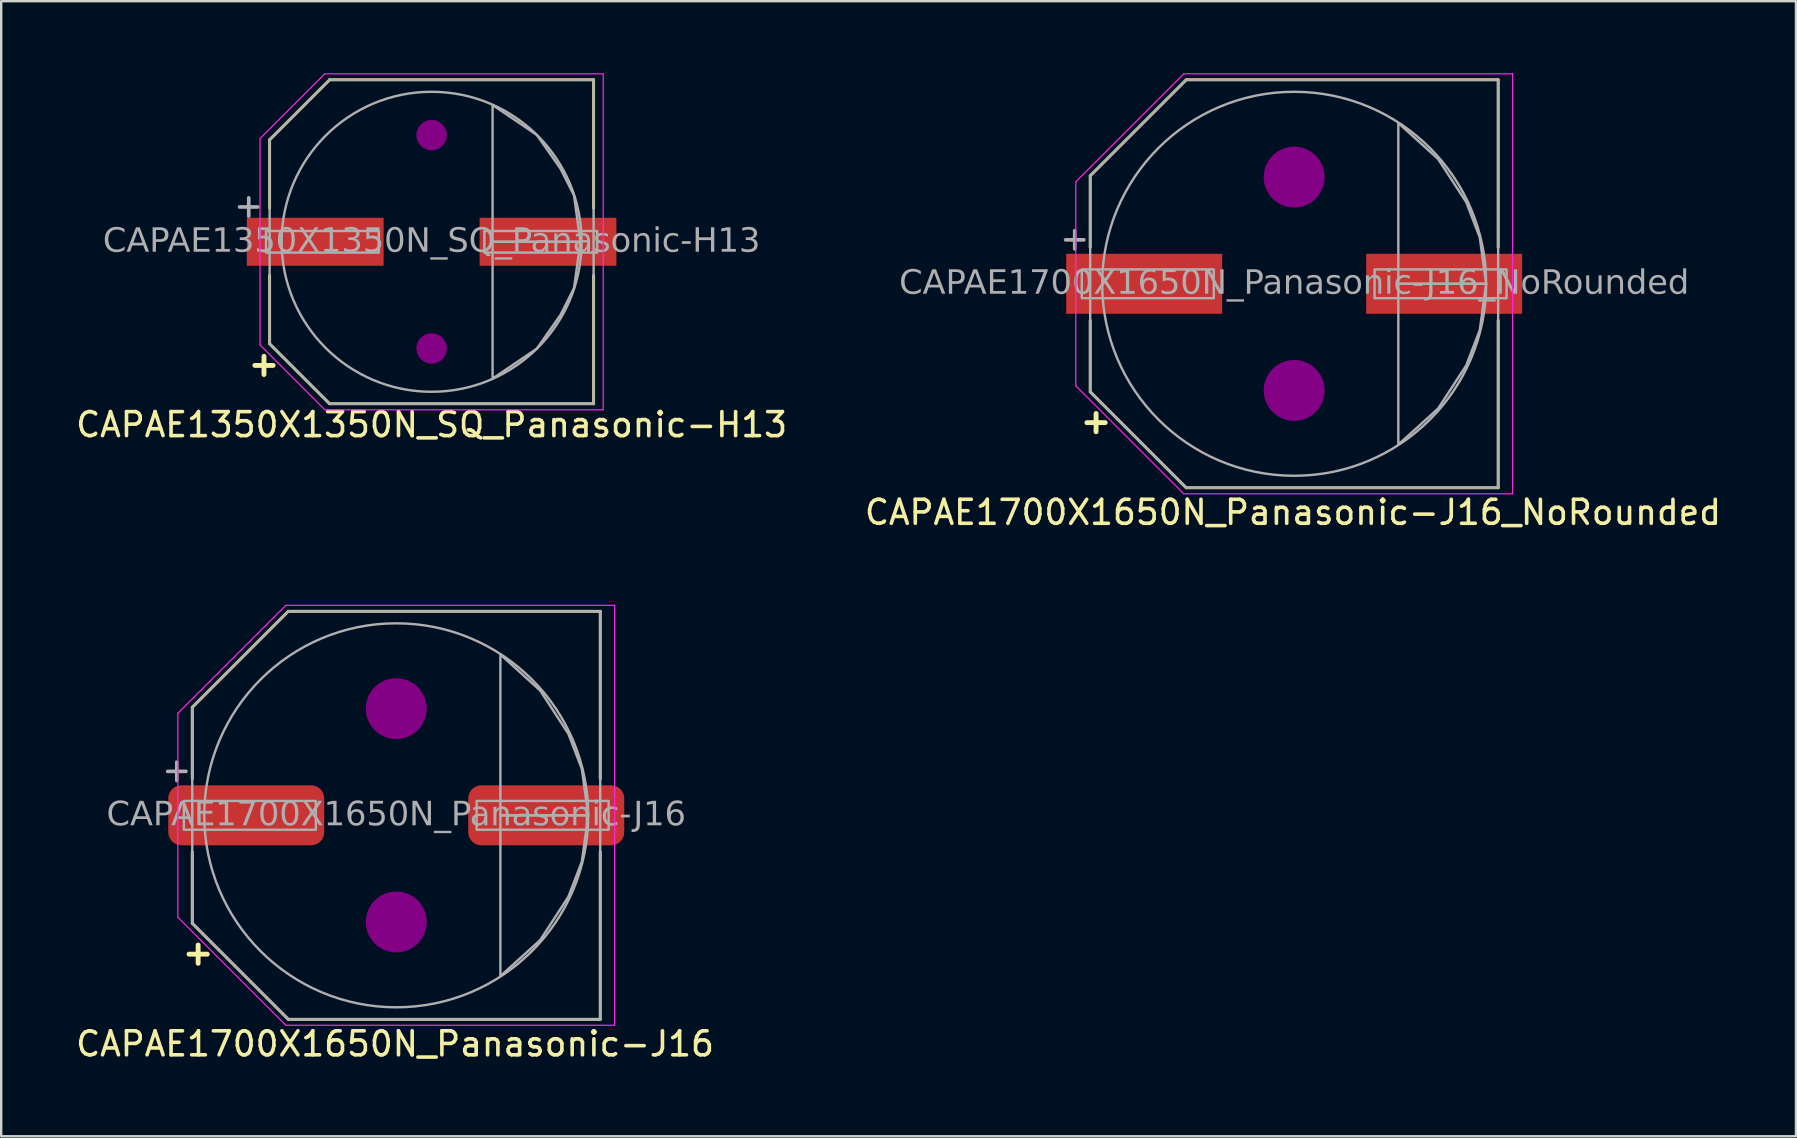
<source format=kicad_pcb>
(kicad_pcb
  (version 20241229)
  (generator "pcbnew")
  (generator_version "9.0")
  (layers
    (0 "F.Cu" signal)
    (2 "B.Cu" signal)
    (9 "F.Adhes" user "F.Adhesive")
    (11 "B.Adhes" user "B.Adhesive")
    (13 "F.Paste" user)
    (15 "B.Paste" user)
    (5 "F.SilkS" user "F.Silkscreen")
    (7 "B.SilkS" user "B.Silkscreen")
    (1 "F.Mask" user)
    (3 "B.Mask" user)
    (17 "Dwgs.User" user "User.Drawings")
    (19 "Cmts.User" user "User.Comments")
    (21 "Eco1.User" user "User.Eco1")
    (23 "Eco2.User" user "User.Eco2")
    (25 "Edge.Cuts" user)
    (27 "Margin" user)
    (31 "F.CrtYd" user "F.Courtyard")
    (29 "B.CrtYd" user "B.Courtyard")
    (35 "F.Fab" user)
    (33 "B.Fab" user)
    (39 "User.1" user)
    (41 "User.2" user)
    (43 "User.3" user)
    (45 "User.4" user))
  (footprint "CAPAE1700X1650N_Panasonic-J16"
    (layer "F.Cu")
    (at 13.461 30.923)
    (property "Reference" "CAPAE1700X1650N_Panasonic-J16" (at -0.05 9.525 0) (layer "F.SilkS") (effects (font (size 1 1) (thickness 0.15))))
    (attr smd)
    (fp_line (start -8.5 -1.524) (end -8.5 -4.5) (stroke (width 0.12) (type default)) (layer "F.SilkS"))
    (fp_line (start -8.5 1.524) (end -8.5 4.5) (stroke (width 0.12) (type default)) (layer "F.SilkS"))
    (fp_line (start -8.498 -4.502) (end -4.5 -8.5) (stroke (width 0.12) (type default)) (layer "F.SilkS"))
    (fp_line (start -8.498 4.502) (end -4.5 8.5) (stroke (width 0.12) (type default)) (layer "F.SilkS"))
    (fp_line (start -4.49 -8.5) (end 8.5 -8.5) (stroke (width 0.12) (type solid)) (layer "F.SilkS"))
    (fp_line (start -4.49 8.5) (end 8.5 8.5) (stroke (width 0.12) (type solid)) (layer "F.SilkS"))
    (fp_line (start 8.5 -1.524) (end 8.5 -8.5) (stroke (width 0.12) (type solid)) (layer "F.SilkS"))
    (fp_line (start 8.5 1.524) (end 8.5 8.5) (stroke (width 0.12) (type solid)) (layer "F.SilkS"))
    (fp_circle (center 0 -4.445) (end 1.27 -4.445) (stroke (width 0) (type solid)) (fill yes) (layer "F.Adhes"))
    (fp_circle (center 0 4.445) (end 1.27 4.445) (stroke (width 0) (type solid)) (fill yes) (layer "F.Adhes"))
    (fp_line (start -9.1 -4.25) (end -9.1 0) (stroke (width 0.05) (type solid)) (layer "F.CrtYd"))
    (fp_line (start -9.1 4.25) (end -9.1 0) (stroke (width 0.05) (type solid)) (layer "F.CrtYd"))
    (fp_line (start -4.6 -8.75) (end -9.1 -4.25) (stroke (width 0.05) (type default)) (layer "F.CrtYd"))
    (fp_line (start -4.6 -8.75) (end 9.1 -8.75) (stroke (width 0.05) (type solid)) (layer "F.CrtYd"))
    (fp_line (start -4.6 8.75) (end -9.1 4.25) (stroke (width 0.05) (type default)) (layer "F.CrtYd"))
    (fp_line (start -4.6 8.75) (end 9.1 8.75) (stroke (width 0.05) (type solid)) (layer "F.CrtYd"))
    (fp_line (start 9.1 -8.75) (end 9.1 0) (stroke (width 0.05) (type solid)) (layer "F.CrtYd"))
    (fp_line (start 9.1 8.75) (end 9.1 0) (stroke (width 0.05) (type solid)) (layer "F.CrtYd"))
    (fp_line (start -8.5 -4.5) (end -8.5 0) (stroke (width 0.1) (type solid)) (layer "F.Fab"))
    (fp_line (start -8.5 -4.5) (end -4.5 -8.5) (stroke (width 0.1) (type default)) (layer "F.Fab"))
    (fp_line (start -8.5 4.5) (end -8.5 0) (stroke (width 0.1) (type solid)) (layer "F.Fab"))
    (fp_line (start -8.5 4.5) (end -4.5 8.5) (stroke (width 0.1) (type default)) (layer "F.Fab"))
    (fp_line (start -4.5 -8.5) (end 8.5 -8.5) (stroke (width 0.1) (type solid)) (layer "F.Fab"))
    (fp_line (start -4.5 8.5) (end 8.5 8.5) (stroke (width 0.1) (type solid)) (layer "F.Fab"))
    (fp_line (start 8.5 -8.5) (end 8.5 0) (stroke (width 0.1) (type solid)) (layer "F.Fab"))
    (fp_line (start 8.5 8.5) (end 8.5 0) (stroke (width 0.1) (type solid)) (layer "F.Fab"))
    (fp_rect (start -8.85 0.6) (end -3.35 -0.6) (stroke (width 0.1) (type solid)) (fill no) (layer "F.Fab"))
    (fp_rect (start 3.35 0.6) (end 8.85 -0.6) (stroke (width 0.1) (type solid)) (fill no) (layer "F.Fab"))
    (fp_circle (center 0 0) (end 8 0) (stroke (width 0.1) (type default)) (fill no) (layer "F.Fab"))
    (fp_poly (pts (xy 4.34 -6.7) (xy 5.997 -5.2) (xy 7.17 -3.4) (xy 7.733 -1.933) (xy 8 0) (xy 4.34 0)) (stroke (width 0.1) (type solid)) (fill no) (layer "F.Fab"))
    (fp_poly (pts (xy 4.34 6.7) (xy 5.997 5.2) (xy 7.17 3.4) (xy 7.733 1.933) (xy 8 0) (xy 4.34 0)) (stroke (width 0.1) (type solid)) (fill no) (layer "F.Fab"))
    (fp_text user "+" (at -8.255 5.715 0) (unlocked yes) (layer "F.SilkS") (effects (font (size 1 1) (thickness 0.203) (bold yes))))
    (fp_text user "+" (at -9.144 -1.905 0) (unlocked yes) (layer "F.Fab") (effects (font (size 1 1) (thickness 0.152))))
    (fp_text user "${REFERENCE}" (at 0 0 0) (layer "F.Fab") (effects (font (face "Tahoma") (size 1 1) (thickness 0.15))))
    (pad "1" smd roundrect (at -6.25 0) (size 6.5 2.5) (layers "F.Cu" "F.Mask" "F.Paste") (roundrect_rratio 0.217))
    (pad "2" smd roundrect (at 6.25 0) (size 6.5 2.5) (layers "F.Cu" "F.Mask" "F.Paste") (roundrect_rratio 0.217)))
  (footprint "CAPAE1350X1350N_SQ_Panasonic-H13"
    (layer "F.Cu")
    (at 14.935 7.025)
    (property "Reference" "CAPAE1350X1350N_SQ_Panasonic-H13" (at 0 7.62 0) (layer "F.SilkS") (effects (font (size 1 1) (thickness 0.15))))
    (attr smd)
    (fp_line (start -6.75 -4.25) (end -4.25 -6.75) (stroke (width 0.12) (type default)) (layer "F.SilkS"))
    (fp_line (start -6.75 -1.397) (end -6.75 -4.25) (stroke (width 0.12) (type default)) (layer "F.SilkS"))
    (fp_line (start -6.75 1.397) (end -6.75 4.25) (stroke (width 0.12) (type default)) (layer "F.SilkS"))
    (fp_line (start -6.75 4.25) (end -4.25 6.75) (stroke (width 0.12) (type default)) (layer "F.SilkS"))
    (fp_line (start -4.25 -6.75) (end 6.75 -6.75) (stroke (width 0.12) (type solid)) (layer "F.SilkS"))
    (fp_line (start -4.25 6.75) (end 6.75 6.75) (stroke (width 0.12) (type solid)) (layer "F.SilkS"))
    (fp_line (start 6.75 -1.397) (end 6.75 -6.75) (stroke (width 0.12) (type solid)) (layer "F.SilkS"))
    (fp_line (start 6.75 1.397) (end 6.75 6.75) (stroke (width 0.12) (type solid)) (layer "F.SilkS"))
    (fp_circle (center 0 -4.445) (end 0.635 -4.445) (stroke (width 0) (type solid)) (fill yes) (layer "F.Adhes"))
    (fp_circle (center 0 4.445) (end 0.635 4.445) (stroke (width 0) (type solid)) (fill yes) (layer "F.Adhes"))
    (fp_line (start -7.15 -4.3) (end -7.15 0) (stroke (width 0.05) (type solid)) (layer "F.CrtYd"))
    (fp_line (start -7.15 4.3) (end -7.15 0) (stroke (width 0.05) (type solid)) (layer "F.CrtYd"))
    (fp_line (start -4.45 -7) (end -7.15 -4.3) (stroke (width 0.05) (type default)) (layer "F.CrtYd"))
    (fp_line (start -4.45 -7) (end 7.15 -7) (stroke (width 0.05) (type solid)) (layer "F.CrtYd"))
    (fp_line (start -4.45 7) (end -7.15 4.3) (stroke (width 0.05) (type default)) (layer "F.CrtYd"))
    (fp_line (start -4.45 7) (end 7.15 7) (stroke (width 0.05) (type solid)) (layer "F.CrtYd"))
    (fp_line (start 7.15 -7) (end 7.15 0) (stroke (width 0.05) (type solid)) (layer "F.CrtYd"))
    (fp_line (start 7.15 7) (end 7.15 0) (stroke (width 0.05) (type solid)) (layer "F.CrtYd"))
    (fp_line (start -6.75 -4.25) (end -6.75 0) (stroke (width 0.1) (type solid)) (layer "F.Fab"))
    (fp_line (start -6.75 -4.25) (end -4.249 -6.75) (stroke (width 0.1) (type default)) (layer "F.Fab"))
    (fp_line (start -6.75 4.25) (end -6.75 0) (stroke (width 0.1) (type solid)) (layer "F.Fab"))
    (fp_line (start -6.75 4.25) (end -4.249 6.75) (stroke (width 0.1) (type default)) (layer "F.Fab"))
    (fp_line (start -4.249 -6.75) (end 6.75 -6.75) (stroke (width 0.1) (type solid)) (layer "F.Fab"))
    (fp_line (start -4.249 6.75) (end 6.75 6.75) (stroke (width 0.1) (type solid)) (layer "F.Fab"))
    (fp_line (start 6.75 -6.75) (end 6.75 0) (stroke (width 0.1) (type solid)) (layer "F.Fab"))
    (fp_line (start 6.75 6.75) (end 6.75 0) (stroke (width 0.1) (type solid)) (layer "F.Fab"))
    (fp_rect (start -6.9 0.45) (end -2.2 -0.45) (stroke (width 0.1) (type solid)) (fill no) (layer "F.Fab"))
    (fp_rect (start 2.2 0.45) (end 6.9 -0.45) (stroke (width 0.1) (type solid)) (fill no) (layer "F.Fab"))
    (fp_circle (center 0 0) (end 6.25 0) (stroke (width 0.1) (type default)) (fill no) (layer "F.Fab"))
    (fp_poly (pts (xy 2.54 -5.7) (xy 4.383 -4.454) (xy 5.37 -3.048) (xy 5.933 -1.933) (xy 6.2 0) (xy 2.54 0)) (stroke (width 0.1) (type solid)) (fill no) (layer "F.Fab"))
    (fp_poly (pts (xy 2.54 5.7) (xy 4.383 4.454) (xy 5.37 3.048) (xy 5.933 1.933) (xy 6.2 0) (xy 2.54 0)) (stroke (width 0.1) (type solid)) (fill no) (layer "F.Fab"))
    (fp_text user "+" (at -6.985 5.08 0) (unlocked yes) (layer "F.SilkS") (effects (font (size 1 1) (thickness 0.203) (bold yes))))
    (fp_text user "+" (at -7.62 -1.524 0) (unlocked yes) (layer "F.Fab") (effects (font (size 1 1) (thickness 0.152))))
    (fp_text user "${REFERENCE}" (at 0 0 0) (layer "F.Fab") (effects (font (face "Tahoma") (size 1 1) (thickness 0.15))))
    (pad "1" smd rect (at -4.85 0) (size 5.7 2) (layers "F.Cu" "F.Mask" "F.Paste"))
    (pad "2" smd rect (at 4.85 0) (size 5.7 2) (layers "F.Cu" "F.Mask" "F.Paste")))
  (footprint "CAPAE1700X1650N_Panasonic-J16_NoRounded"
    (layer "F.Cu")
    (at 50.877 8.775)
    (property "Reference" "CAPAE1700X1650N_Panasonic-J16_NoRounded" (at -0.05 9.525 0) (layer "F.SilkS") (effects (font (size 1 1) (thickness 0.15))))
    (attr smd)
    (fp_line (start -8.5 -1.524) (end -8.5 -4.5) (stroke (width 0.12) (type default)) (layer "F.SilkS"))
    (fp_line (start -8.5 1.524) (end -8.5 4.5) (stroke (width 0.12) (type default)) (layer "F.SilkS"))
    (fp_line (start -8.498 -4.502) (end -4.5 -8.5) (stroke (width 0.12) (type default)) (layer "F.SilkS"))
    (fp_line (start -8.498 4.502) (end -4.5 8.5) (stroke (width 0.12) (type default)) (layer "F.SilkS"))
    (fp_line (start -4.49 -8.5) (end 8.5 -8.5) (stroke (width 0.12) (type solid)) (layer "F.SilkS"))
    (fp_line (start -4.49 8.5) (end 8.5 8.5) (stroke (width 0.12) (type solid)) (layer "F.SilkS"))
    (fp_line (start 8.5 -1.524) (end 8.5 -8.5) (stroke (width 0.12) (type solid)) (layer "F.SilkS"))
    (fp_line (start 8.5 1.524) (end 8.5 8.5) (stroke (width 0.12) (type solid)) (layer "F.SilkS"))
    (fp_circle (center 0 -4.445) (end 1.27 -4.445) (stroke (width 0) (type solid)) (fill yes) (layer "F.Adhes"))
    (fp_circle (center 0 4.445) (end 1.27 4.445) (stroke (width 0) (type solid)) (fill yes) (layer "F.Adhes"))
    (fp_line (start -9.1 -4.25) (end -9.1 0) (stroke (width 0.05) (type solid)) (layer "F.CrtYd"))
    (fp_line (start -9.1 4.25) (end -9.1 0) (stroke (width 0.05) (type solid)) (layer "F.CrtYd"))
    (fp_line (start -4.6 -8.75) (end -9.1 -4.25) (stroke (width 0.05) (type default)) (layer "F.CrtYd"))
    (fp_line (start -4.6 -8.75) (end 9.1 -8.75) (stroke (width 0.05) (type solid)) (layer "F.CrtYd"))
    (fp_line (start -4.6 8.75) (end -9.1 4.25) (stroke (width 0.05) (type default)) (layer "F.CrtYd"))
    (fp_line (start -4.6 8.75) (end 9.1 8.75) (stroke (width 0.05) (type solid)) (layer "F.CrtYd"))
    (fp_line (start 9.1 -8.75) (end 9.1 0) (stroke (width 0.05) (type solid)) (layer "F.CrtYd"))
    (fp_line (start 9.1 8.75) (end 9.1 0) (stroke (width 0.05) (type solid)) (layer "F.CrtYd"))
    (fp_line (start -8.5 -4.5) (end -8.5 0) (stroke (width 0.1) (type solid)) (layer "F.Fab"))
    (fp_line (start -8.5 -4.5) (end -4.5 -8.5) (stroke (width 0.1) (type default)) (layer "F.Fab"))
    (fp_line (start -8.5 4.5) (end -8.5 0) (stroke (width 0.1) (type solid)) (layer "F.Fab"))
    (fp_line (start -8.5 4.5) (end -4.5 8.5) (stroke (width 0.1) (type default)) (layer "F.Fab"))
    (fp_line (start -4.5 -8.5) (end 8.5 -8.5) (stroke (width 0.1) (type solid)) (layer "F.Fab"))
    (fp_line (start -4.5 8.5) (end 8.5 8.5) (stroke (width 0.1) (type solid)) (layer "F.Fab"))
    (fp_line (start 8.5 -8.5) (end 8.5 0) (stroke (width 0.1) (type solid)) (layer "F.Fab"))
    (fp_line (start 8.5 8.5) (end 8.5 0) (stroke (width 0.1) (type solid)) (layer "F.Fab"))
    (fp_rect (start -8.85 0.6) (end -3.35 -0.6) (stroke (width 0.1) (type solid)) (fill no) (layer "F.Fab"))
    (fp_rect (start 3.35 0.6) (end 8.85 -0.6) (stroke (width 0.1) (type solid)) (fill no) (layer "F.Fab"))
    (fp_circle (center 0 0) (end 8 0) (stroke (width 0.1) (type default)) (fill no) (layer "F.Fab"))
    (fp_poly (pts (xy 4.34 -6.7) (xy 5.997 -5.2) (xy 7.17 -3.4) (xy 7.733 -1.933) (xy 8 0) (xy 4.34 0)) (stroke (width 0.1) (type solid)) (fill no) (layer "F.Fab"))
    (fp_poly (pts (xy 4.34 6.7) (xy 5.997 5.2) (xy 7.17 3.4) (xy 7.733 1.933) (xy 8 0) (xy 4.34 0)) (stroke (width 0.1) (type solid)) (fill no) (layer "F.Fab"))
    (fp_text user "+" (at -8.255 5.715 0) (unlocked yes) (layer "F.SilkS") (effects (font (size 1 1) (thickness 0.203) (bold yes))))
    (fp_text user "+" (at -9.144 -1.905 0) (unlocked yes) (layer "F.Fab") (effects (font (size 1 1) (thickness 0.152))))
    (fp_text user "${REFERENCE}" (at 0 0 0) (layer "F.Fab") (effects (font (face "Tahoma") (size 1 1) (thickness 0.15))))
    (pad "1" smd rect (at -6.25 0) (size 6.5 2.5) (layers "F.Cu" "F.Mask" "F.Paste"))
    (pad "2" smd rect (at 6.25 0) (size 6.5 2.5) (layers "F.Cu" "F.Mask" "F.Paste")))
  (gr_rect
    (start -3 -3)
    (end 71.786 44.297)
    (stroke (width 0.1) (type default))
    (fill no)
    (layer "Edge.Cuts")))
</source>
